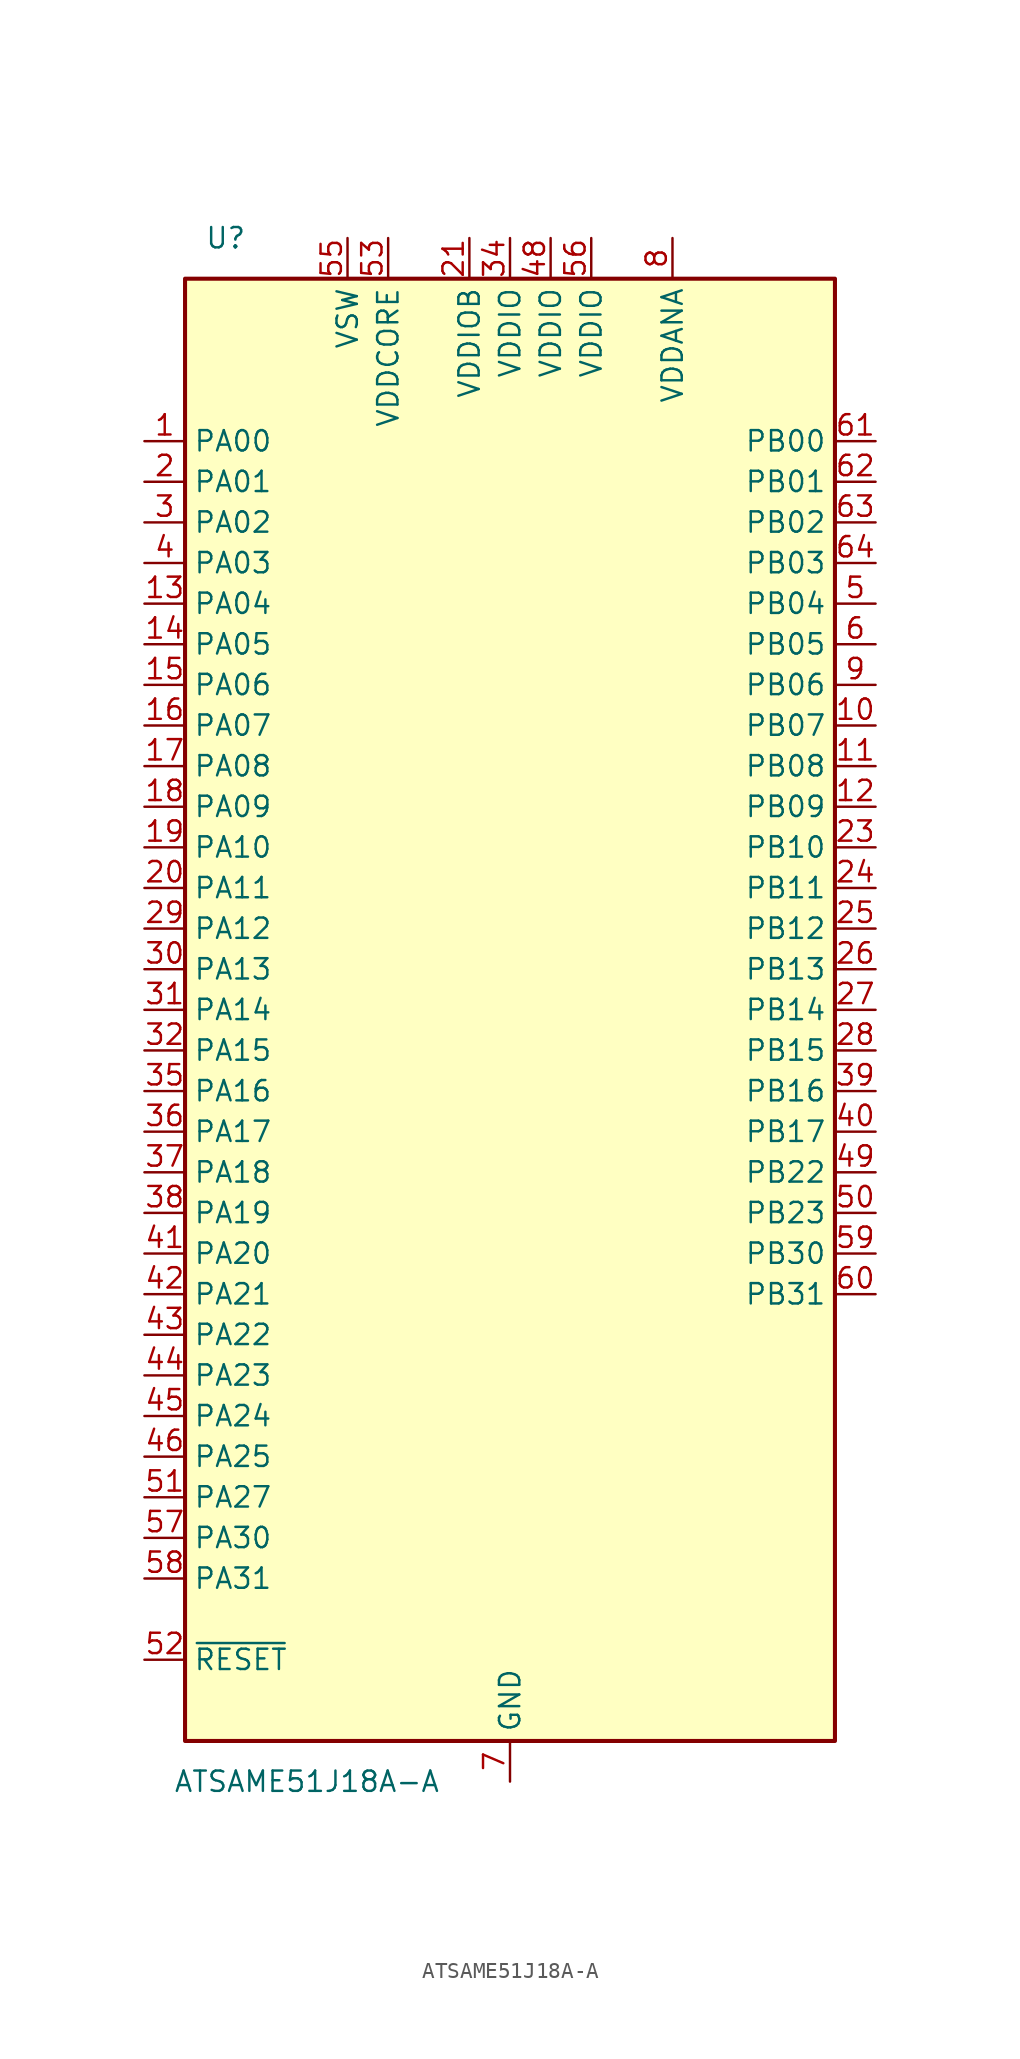
<source format=kicad_sym>
(kicad_symbol_lib
  (version 20201005)
  (generator kicad_symbol_editor)
  (symbol "ATSAME51J18A-A"
    (property "Reference" "U"
      (at -17.78 48.26 0)
      (effects (font (size 1.27 1.27))))
    (property "Value" "ATSAME51J18A-A"
      (at -12.7 -48.26 0)
      (effects (font (size 1.27 1.27))))
    (symbol "ATSAME51J18A-A_0_1"
      (rectangle (start -20.32 45.72) (end 20.32 -45.72) (stroke (width 0.254)) (fill (type background))))
    (symbol "ATSAME51J18A-A_1_0"
      (pin bidirectional line (at 22.86 27.94 180) (length 2.54) (name "PB03" (effects (font (size 1.27 1.27)))) (number "64" (effects (font (size 1.27 1.27))))))
    (symbol "ATSAME51J18A-A_1_1"
      (pin bidirectional line (at -22.86 35.56 0) (length 2.54) (name "PA00" (effects (font (size 1.27 1.27)))) (number "1" (effects (font (size 1.27 1.27)))))
      (pin bidirectional line (at 22.86 17.78 180) (length 2.54) (name "PB07" (effects (font (size 1.27 1.27)))) (number "10" (effects (font (size 1.27 1.27)))))
      (pin bidirectional line (at 22.86 15.24 180) (length 2.54) (name "PB08" (effects (font (size 1.27 1.27)))) (number "11" (effects (font (size 1.27 1.27)))))
      (pin bidirectional line (at 22.86 12.7 180) (length 2.54) (name "PB09" (effects (font (size 1.27 1.27)))) (number "12" (effects (font (size 1.27 1.27)))))
      (pin bidirectional line (at -22.86 25.4 0) (length 2.54) (name "PA04" (effects (font (size 1.27 1.27)))) (number "13" (effects (font (size 1.27 1.27)))))
      (pin bidirectional line (at -22.86 22.86 0) (length 2.54) (name "PA05" (effects (font (size 1.27 1.27)))) (number "14" (effects (font (size 1.27 1.27)))))
      (pin bidirectional line (at -22.86 20.32 0) (length 2.54) (name "PA06" (effects (font (size 1.27 1.27)))) (number "15" (effects (font (size 1.27 1.27)))))
      (pin bidirectional line (at -22.86 17.78 0) (length 2.54) (name "PA07" (effects (font (size 1.27 1.27)))) (number "16" (effects (font (size 1.27 1.27)))))
      (pin bidirectional line (at -22.86 15.24 0) (length 2.54) (name "PA08" (effects (font (size 1.27 1.27)))) (number "17" (effects (font (size 1.27 1.27)))))
      (pin bidirectional line (at -22.86 12.7 0) (length 2.54) (name "PA09" (effects (font (size 1.27 1.27)))) (number "18" (effects (font (size 1.27 1.27)))))
      (pin bidirectional line (at -22.86 10.16 0) (length 2.54) (name "PA10" (effects (font (size 1.27 1.27)))) (number "19" (effects (font (size 1.27 1.27)))))
      (pin bidirectional line (at -22.86 33.02 0) (length 2.54) (name "PA01" (effects (font (size 1.27 1.27)))) (number "2" (effects (font (size 1.27 1.27)))))
      (pin bidirectional line (at -22.86 7.62 0) (length 2.54) (name "PA11" (effects (font (size 1.27 1.27)))) (number "20" (effects (font (size 1.27 1.27)))))
      (pin power_in line (at -2.54 48.26 270) (length 2.54) (name "VDDIOB" (effects (font (size 1.27 1.27)))) (number "21" (effects (font (size 1.27 1.27)))))
      (pin passive line (at 0 -48.26 90) (length 2.54) hide (name "GND" (effects (font (size 1.27 1.27)))) (number "22" (effects (font (size 1.27 1.27)))))
      (pin bidirectional line (at 22.86 10.16 180) (length 2.54) (name "PB10" (effects (font (size 1.27 1.27)))) (number "23" (effects (font (size 1.27 1.27)))))
      (pin bidirectional line (at 22.86 7.62 180) (length 2.54) (name "PB11" (effects (font (size 1.27 1.27)))) (number "24" (effects (font (size 1.27 1.27)))))
      (pin bidirectional line (at 22.86 5.08 180) (length 2.54) (name "PB12" (effects (font (size 1.27 1.27)))) (number "25" (effects (font (size 1.27 1.27)))))
      (pin bidirectional line (at 22.86 2.54 180) (length 2.54) (name "PB13" (effects (font (size 1.27 1.27)))) (number "26" (effects (font (size 1.27 1.27)))))
      (pin bidirectional line (at 22.86 0 180) (length 2.54) (name "PB14" (effects (font (size 1.27 1.27)))) (number "27" (effects (font (size 1.27 1.27)))))
      (pin bidirectional line (at 22.86 -2.54 180) (length 2.54) (name "PB15" (effects (font (size 1.27 1.27)))) (number "28" (effects (font (size 1.27 1.27)))))
      (pin bidirectional line (at -22.86 5.08 0) (length 2.54) (name "PA12" (effects (font (size 1.27 1.27)))) (number "29" (effects (font (size 1.27 1.27)))))
      (pin bidirectional line (at -22.86 30.48 0) (length 2.54) (name "PA02" (effects (font (size 1.27 1.27)))) (number "3" (effects (font (size 1.27 1.27)))))
      (pin bidirectional line (at -22.86 2.54 0) (length 2.54) (name "PA13" (effects (font (size 1.27 1.27)))) (number "30" (effects (font (size 1.27 1.27)))))
      (pin bidirectional line (at -22.86 0 0) (length 2.54) (name "PA14" (effects (font (size 1.27 1.27)))) (number "31" (effects (font (size 1.27 1.27)))))
      (pin bidirectional line (at -22.86 -2.54 0) (length 2.54) (name "PA15" (effects (font (size 1.27 1.27)))) (number "32" (effects (font (size 1.27 1.27)))))
      (pin passive line (at 0 -48.26 90) (length 2.54) hide (name "GND" (effects (font (size 1.27 1.27)))) (number "33" (effects (font (size 1.27 1.27)))))
      (pin power_in line (at 0 48.26 270) (length 2.54) (name "VDDIO" (effects (font (size 1.27 1.27)))) (number "34" (effects (font (size 1.27 1.27)))))
      (pin bidirectional line (at -22.86 -5.08 0) (length 2.54) (name "PA16" (effects (font (size 1.27 1.27)))) (number "35" (effects (font (size 1.27 1.27)))))
      (pin bidirectional line (at -22.86 -7.62 0) (length 2.54) (name "PA17" (effects (font (size 1.27 1.27)))) (number "36" (effects (font (size 1.27 1.27)))))
      (pin bidirectional line (at -22.86 -10.16 0) (length 2.54) (name "PA18" (effects (font (size 1.27 1.27)))) (number "37" (effects (font (size 1.27 1.27)))))
      (pin bidirectional line (at -22.86 -12.7 0) (length 2.54) (name "PA19" (effects (font (size 1.27 1.27)))) (number "38" (effects (font (size 1.27 1.27)))))
      (pin bidirectional line (at 22.86 -5.08 180) (length 2.54) (name "PB16" (effects (font (size 1.27 1.27)))) (number "39" (effects (font (size 1.27 1.27)))))
      (pin bidirectional line (at -22.86 27.94 0) (length 2.54) (name "PA03" (effects (font (size 1.27 1.27)))) (number "4" (effects (font (size 1.27 1.27)))))
      (pin bidirectional line (at 22.86 -7.62 180) (length 2.54) (name "PB17" (effects (font (size 1.27 1.27)))) (number "40" (effects (font (size 1.27 1.27)))))
      (pin bidirectional line (at -22.86 -15.24 0) (length 2.54) (name "PA20" (effects (font (size 1.27 1.27)))) (number "41" (effects (font (size 1.27 1.27)))))
      (pin bidirectional line (at -22.86 -17.78 0) (length 2.54) (name "PA21" (effects (font (size 1.27 1.27)))) (number "42" (effects (font (size 1.27 1.27)))))
      (pin bidirectional line (at -22.86 -20.32 0) (length 2.54) (name "PA22" (effects (font (size 1.27 1.27)))) (number "43" (effects (font (size 1.27 1.27)))))
      (pin bidirectional line (at -22.86 -22.86 0) (length 2.54) (name "PA23" (effects (font (size 1.27 1.27)))) (number "44" (effects (font (size 1.27 1.27)))))
      (pin bidirectional line (at -22.86 -25.4 0) (length 2.54) (name "PA24" (effects (font (size 1.27 1.27)))) (number "45" (effects (font (size 1.27 1.27)))))
      (pin bidirectional line (at -22.86 -27.94 0) (length 2.54) (name "PA25" (effects (font (size 1.27 1.27)))) (number "46" (effects (font (size 1.27 1.27)))))
      (pin passive line (at 0 -48.26 90) (length 2.54) hide (name "GND" (effects (font (size 1.27 1.27)))) (number "47" (effects (font (size 1.27 1.27)))))
      (pin power_in line (at 2.54 48.26 270) (length 2.54) (name "VDDIO" (effects (font (size 1.27 1.27)))) (number "48" (effects (font (size 1.27 1.27)))))
      (pin bidirectional line (at 22.86 -10.16 180) (length 2.54) (name "PB22" (effects (font (size 1.27 1.27)))) (number "49" (effects (font (size 1.27 1.27)))))
      (pin bidirectional line (at 22.86 25.4 180) (length 2.54) (name "PB04" (effects (font (size 1.27 1.27)))) (number "5" (effects (font (size 1.27 1.27)))))
      (pin bidirectional line (at 22.86 -12.7 180) (length 2.54) (name "PB23" (effects (font (size 1.27 1.27)))) (number "50" (effects (font (size 1.27 1.27)))))
      (pin bidirectional line (at -22.86 -30.48 0) (length 2.54) (name "PA27" (effects (font (size 1.27 1.27)))) (number "51" (effects (font (size 1.27 1.27)))))
      (pin input line (at -22.86 -40.64 0) (length 2.54) (name "~RESET" (effects (font (size 1.27 1.27)))) (number "52" (effects (font (size 1.27 1.27)))))
      (pin power_out line (at -7.62 48.26 270) (length 2.54) (name "VDDCORE" (effects (font (size 1.27 1.27)))) (number "53" (effects (font (size 1.27 1.27)))))
      (pin passive line (at 0 -48.26 90) (length 2.54) hide (name "GND" (effects (font (size 1.27 1.27)))) (number "54" (effects (font (size 1.27 1.27)))))
      (pin power_in line (at -10.16 48.26 270) (length 2.54) (name "VSW" (effects (font (size 1.27 1.27)))) (number "55" (effects (font (size 1.27 1.27)))))
      (pin power_in line (at 5.08 48.26 270) (length 2.54) (name "VDDIO" (effects (font (size 1.27 1.27)))) (number "56" (effects (font (size 1.27 1.27)))))
      (pin bidirectional line (at -22.86 -33.02 0) (length 2.54) (name "PA30" (effects (font (size 1.27 1.27)))) (number "57" (effects (font (size 1.27 1.27)))))
      (pin bidirectional line (at -22.86 -35.56 0) (length 2.54) (name "PA31" (effects (font (size 1.27 1.27)))) (number "58" (effects (font (size 1.27 1.27)))))
      (pin bidirectional line (at 22.86 -15.24 180) (length 2.54) (name "PB30" (effects (font (size 1.27 1.27)))) (number "59" (effects (font (size 1.27 1.27)))))
      (pin bidirectional line (at 22.86 22.86 180) (length 2.54) (name "PB05" (effects (font (size 1.27 1.27)))) (number "6" (effects (font (size 1.27 1.27)))))
      (pin bidirectional line (at 22.86 -17.78 180) (length 2.54) (name "PB31" (effects (font (size 1.27 1.27)))) (number "60" (effects (font (size 1.27 1.27)))))
      (pin bidirectional line (at 22.86 35.56 180) (length 2.54) (name "PB00" (effects (font (size 1.27 1.27)))) (number "61" (effects (font (size 1.27 1.27)))))
      (pin bidirectional line (at 22.86 33.02 180) (length 2.54) (name "PB01" (effects (font (size 1.27 1.27)))) (number "62" (effects (font (size 1.27 1.27)))))
      (pin bidirectional line (at 22.86 30.48 180) (length 2.54) (name "PB02" (effects (font (size 1.27 1.27)))) (number "63" (effects (font (size 1.27 1.27)))))
      (pin power_in line (at 0 -48.26 90) (length 2.54) (name "GND" (effects (font (size 1.27 1.27)))) (number "7" (effects (font (size 1.27 1.27)))))
      (pin power_in line (at 10.16 48.26 270) (length 2.54) (name "VDDANA" (effects (font (size 1.27 1.27)))) (number "8" (effects (font (size 1.27 1.27)))))
      (pin bidirectional line (at 22.86 20.32 180) (length 2.54) (name "PB06" (effects (font (size 1.27 1.27)))) (number "9" (effects (font (size 1.27 1.27))))))))
</source>
